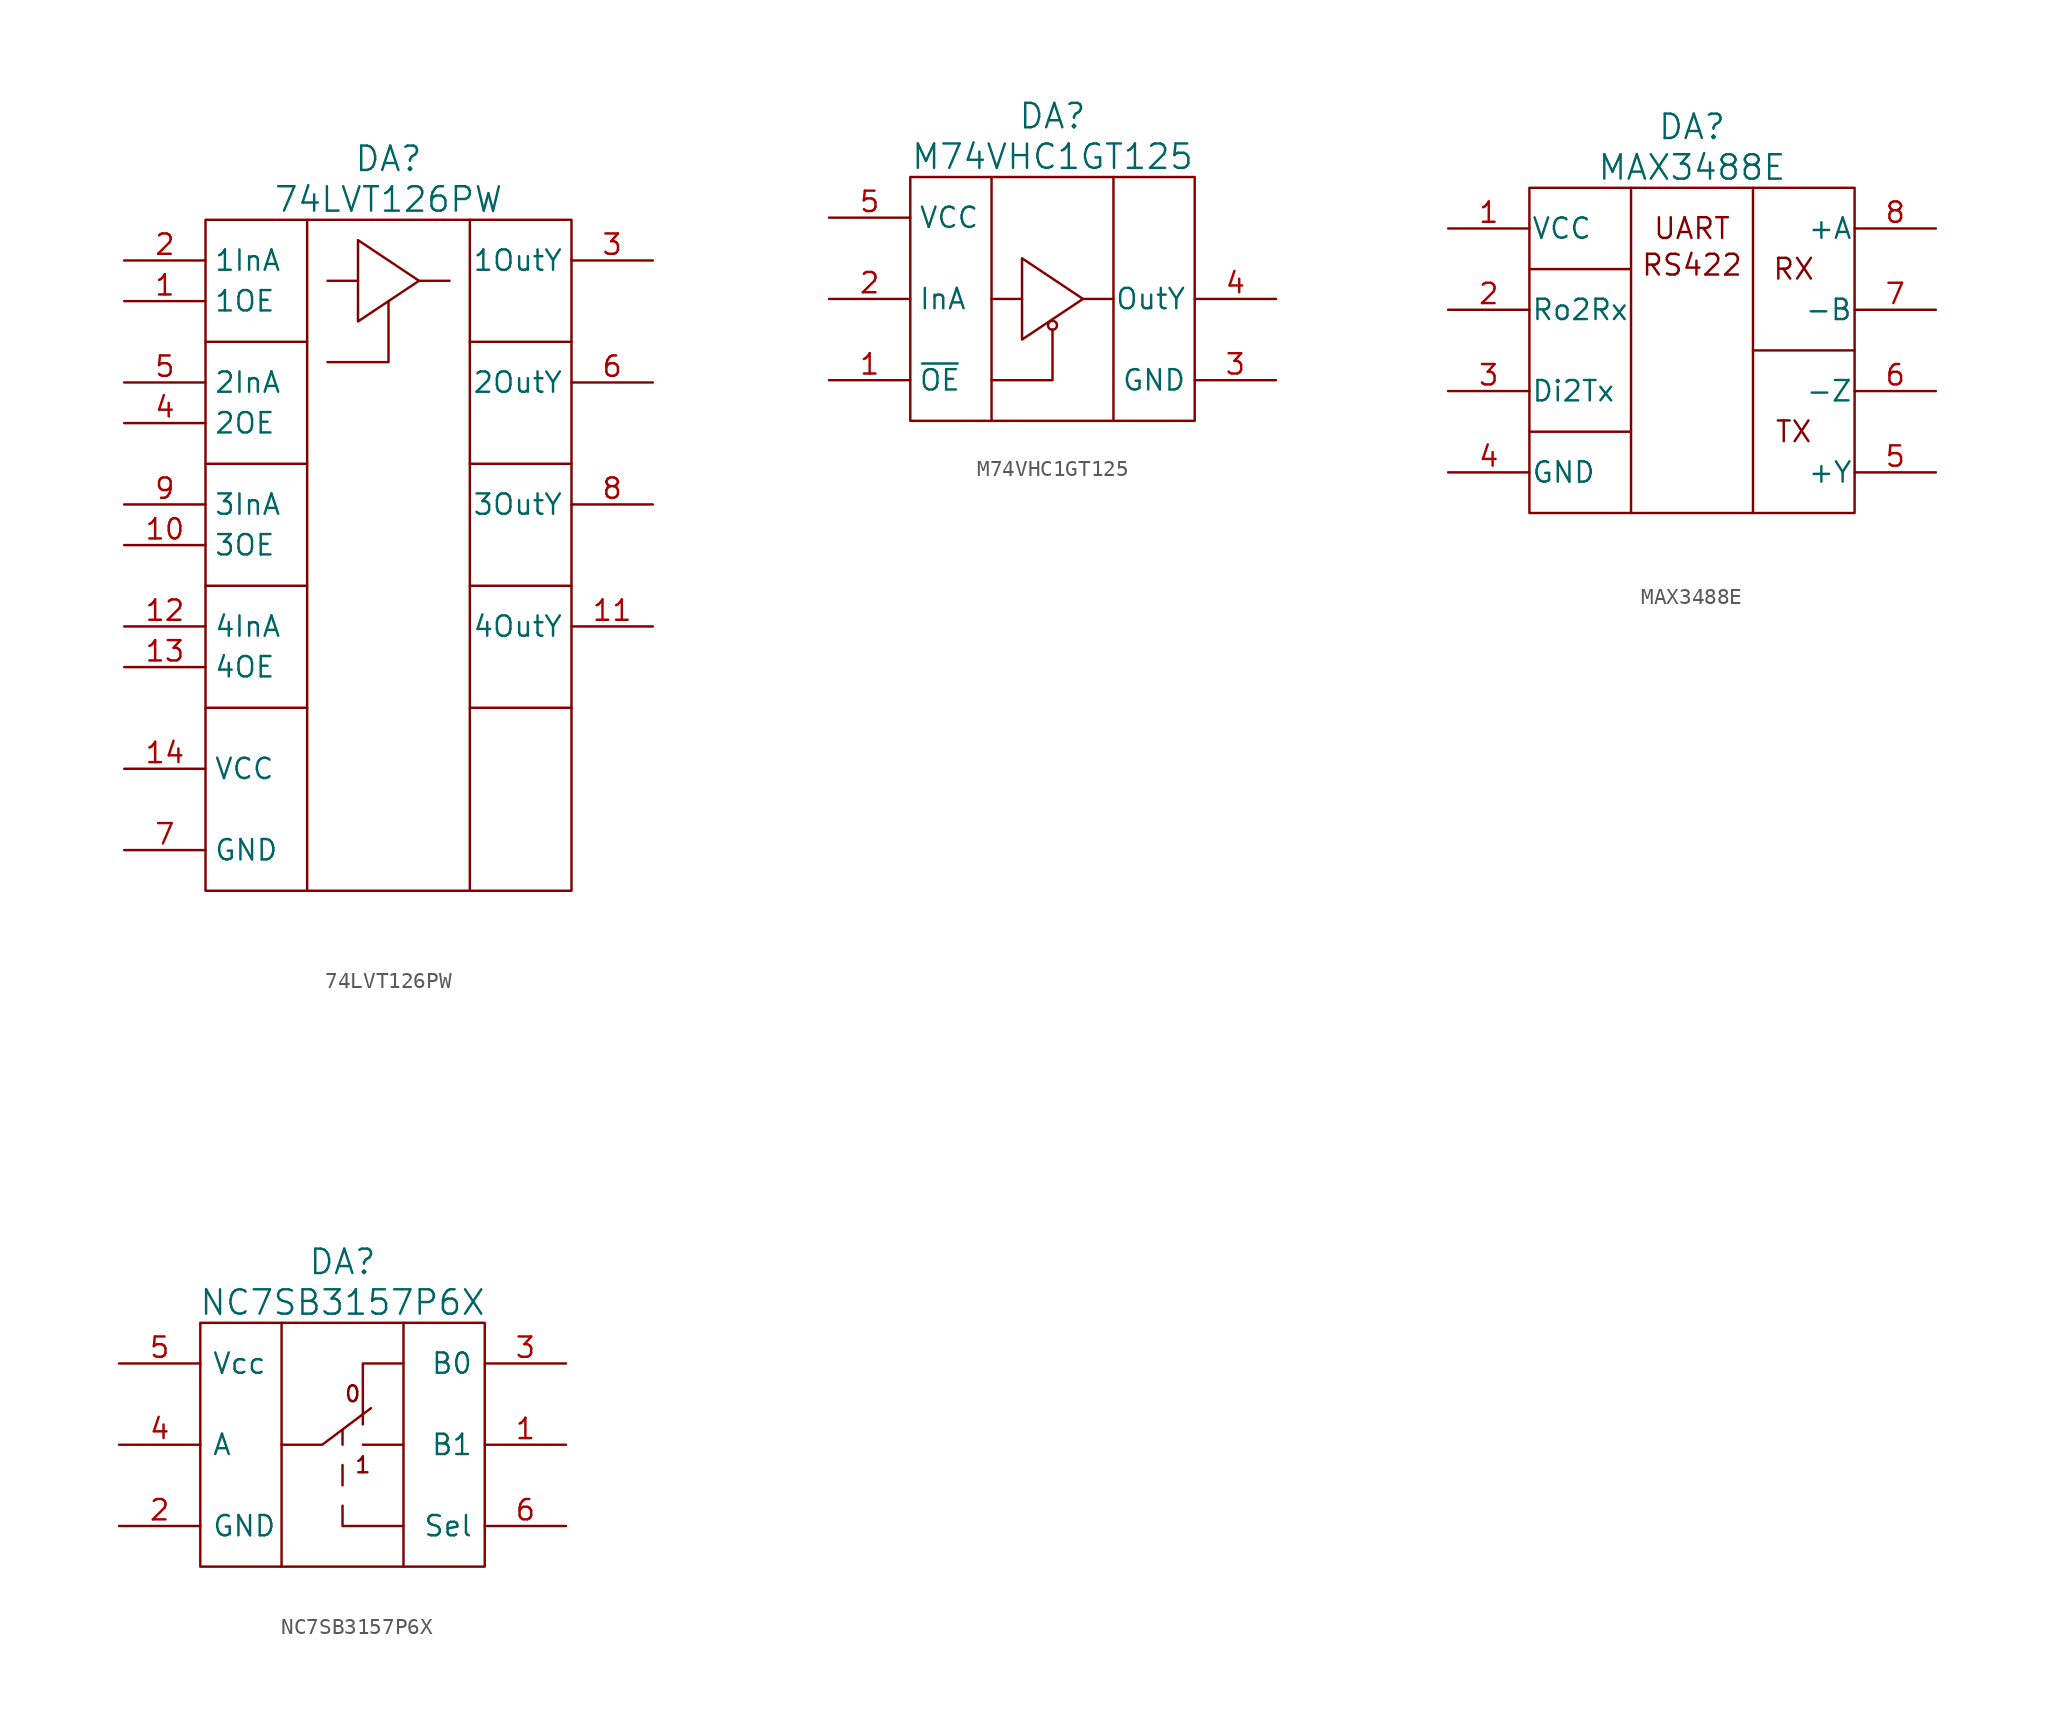
<source format=kicad_sym>
(kicad_symbol_lib
  (version 20220914)
  (generator kicad_symbol_editor)
  (symbol "74LVT126PW"
    (property "Reference" "DA"
      (at 0 24.13 0)
      (effects (font (size 1.524 1.524))))
    (property "Value" "74LVT126PW"
      (at 0 21.59 0)
      (effects (font (size 1.524 1.524))))
    (property "Datasheet" ""
      (at -0.635 16.51 0)
      (effects (font (size 1.524 1.524))))
    (symbol "74LVT126PW_0_1"
      (rectangle (start -11.43 20.32) (end 11.43 -21.59) (stroke (width 0) (type solid)) (fill (type none)))
      (polyline (pts (xy -11.43 -10.16) (xy -5.08 -10.16)) (stroke (width 0) (type solid)) (fill (type none)))
      (polyline (pts (xy -11.43 -2.54) (xy -5.08 -2.54)) (stroke (width 0) (type solid)) (fill (type none)))
      (polyline (pts (xy -11.43 5.08) (xy -5.08 5.08)) (stroke (width 0) (type solid)) (fill (type none)))
      (polyline (pts (xy -11.43 12.7) (xy -5.08 12.7)) (stroke (width 0) (type solid)) (fill (type none)))
      (polyline (pts (xy -5.08 20.32) (xy -5.08 -21.59)) (stroke (width 0) (type solid)) (fill (type none)))
      (polyline (pts (xy -1.905 16.51) (xy -3.81 16.51)) (stroke (width 0) (type solid)) (fill (type none)))
      (polyline (pts (xy 3.81 16.51) (xy 1.905 16.51)) (stroke (width 0) (type solid)) (fill (type none)))
      (polyline (pts (xy 5.08 -10.16) (xy 11.43 -10.16)) (stroke (width 0) (type solid)) (fill (type none)))
      (polyline (pts (xy 5.08 -2.54) (xy 11.43 -2.54)) (stroke (width 0) (type solid)) (fill (type none)))
      (polyline (pts (xy 5.08 5.08) (xy 11.43 5.08)) (stroke (width 0) (type solid)) (fill (type none)))
      (polyline (pts (xy 5.08 12.7) (xy 11.43 12.7)) (stroke (width 0) (type solid)) (fill (type none)))
      (polyline (pts (xy 0 15.24) (xy 0 11.43) (xy -3.81 11.43)) (stroke (width 0) (type solid)) (fill (type none)))
      (polyline (pts (xy 5.08 20.32) (xy 5.08 11.43) (xy 5.08 -21.59)) (stroke (width 0) (type solid)) (fill (type none)))
      (polyline (pts (xy -1.905 13.97) (xy -1.905 19.05) (xy 1.905 16.51) (xy -1.905 13.97)) (stroke (width 0) (type solid)) (fill (type none))))
    (symbol "74LVT126PW_1_1"
      (pin passive line (at -16.51 15.24 0) (length 5.08) (name "1OE" (effects (font (size 1.27 1.27)))) (number "1" (effects (font (size 1.27 1.27)))))
      (pin passive line (at -16.51 0 0) (length 5.08) (name "3OE" (effects (font (size 1.27 1.27)))) (number "10" (effects (font (size 1.27 1.27)))))
      (pin output line (at 16.51 -5.08 180) (length 5.08) (name "4OutY" (effects (font (size 1.27 1.27)))) (number "11" (effects (font (size 1.27 1.27)))))
      (pin input line (at -16.51 -5.08 0) (length 5.08) (name "4InA" (effects (font (size 1.27 1.27)))) (number "12" (effects (font (size 1.27 1.27)))))
      (pin passive line (at -16.51 -7.62 0) (length 5.08) (name "4OE" (effects (font (size 1.27 1.27)))) (number "13" (effects (font (size 1.27 1.27)))))
      (pin power_in line (at -16.51 -13.97 0) (length 5.08) (name "VCC" (effects (font (size 1.27 1.27)))) (number "14" (effects (font (size 1.27 1.27)))))
      (pin input line (at -16.51 17.78 0) (length 5.08) (name "1InA" (effects (font (size 1.27 1.27)))) (number "2" (effects (font (size 1.27 1.27)))))
      (pin output line (at 16.51 17.78 180) (length 5.08) (name "1OutY" (effects (font (size 1.27 1.27)))) (number "3" (effects (font (size 1.27 1.27)))))
      (pin passive line (at -16.51 7.62 0) (length 5.08) (name "2OE" (effects (font (size 1.27 1.27)))) (number "4" (effects (font (size 1.27 1.27)))))
      (pin input line (at -16.51 10.16 0) (length 5.08) (name "2InA" (effects (font (size 1.27 1.27)))) (number "5" (effects (font (size 1.27 1.27)))))
      (pin output line (at 16.51 10.16 180) (length 5.08) (name "2OutY" (effects (font (size 1.27 1.27)))) (number "6" (effects (font (size 1.27 1.27)))))
      (pin power_in line (at -16.51 -19.05 0) (length 5.08) (name "GND" (effects (font (size 1.27 1.27)))) (number "7" (effects (font (size 1.27 1.27)))))
      (pin output line (at 16.51 2.54 180) (length 5.08) (name "3OutY" (effects (font (size 1.27 1.27)))) (number "8" (effects (font (size 1.27 1.27)))))
      (pin input line (at -16.51 2.54 0) (length 5.08) (name "3InA" (effects (font (size 1.27 1.27)))) (number "9" (effects (font (size 1.27 1.27)))))))
  (symbol "M74VHC1GT125"
    (property "Reference" "DA"
      (at 0 11.43 0)
      (effects (font (size 1.524 1.524))))
    (property "Value" "M74VHC1GT125"
      (at 0 8.89 0)
      (effects (font (size 1.524 1.524))))
    (property "Datasheet" ""
      (at -0.635 0 0)
      (effects (font (size 1.524 1.524))))
    (symbol "M74VHC1GT125_0_1"
      (rectangle (start -8.89 7.62) (end 8.89 -7.62) (stroke (width 0) (type solid)) (fill (type none)))
      (circle (center 0 -1.651) (radius 0.279) (stroke (width 0) (type solid)) (fill (type none)))
      (polyline (pts (xy -3.81 7.62) (xy -3.81 -7.62)) (stroke (width 0) (type solid)) (fill (type none)))
      (polyline (pts (xy -1.905 0) (xy -3.81 0)) (stroke (width 0) (type solid)) (fill (type none)))
      (polyline (pts (xy 3.81 0) (xy 1.905 0)) (stroke (width 0) (type solid)) (fill (type none)))
      (polyline (pts (xy 0 -1.905) (xy 0 -5.08) (xy -3.81 -5.08)) (stroke (width 0) (type solid)) (fill (type none)))
      (polyline (pts (xy 3.81 7.62) (xy 3.81 -2.54) (xy 3.81 -7.62)) (stroke (width 0) (type solid)) (fill (type none)))
      (polyline (pts (xy -1.905 -2.54) (xy -1.905 2.54) (xy 1.905 0) (xy -1.905 -2.54)) (stroke (width 0) (type solid)) (fill (type none))))
    (symbol "M74VHC1GT125_1_1"
      (pin passive line (at -13.97 -5.08 0) (length 5.08) (name "~{OE}" (effects (font (size 1.27 1.27)))) (number "1" (effects (font (size 1.27 1.27)))))
      (pin input line (at -13.97 0 0) (length 5.08) (name "InA" (effects (font (size 1.27 1.27)))) (number "2" (effects (font (size 1.27 1.27)))))
      (pin power_in line (at 13.97 -5.08 180) (length 5.08) (name "GND" (effects (font (size 1.27 1.27)))) (number "3" (effects (font (size 1.27 1.27)))))
      (pin output line (at 13.97 0 180) (length 5.08) (name "OutY" (effects (font (size 1.27 1.27)))) (number "4" (effects (font (size 1.27 1.27)))))
      (pin power_in line (at -13.97 5.08 0) (length 5.08) (name "VCC" (effects (font (size 1.27 1.27)))) (number "5" (effects (font (size 1.27 1.27)))))))
  (symbol "MAX3488E"
    (pin_names
      (offset 0.102))
    (property "Reference" "DA"
      (at 0 13.97 0)
      (effects (font (size 1.524 1.524))))
    (property "Value" "MAX3488E"
      (at 0 11.43 0)
      (effects (font (size 1.524 1.524))))
    (property "Datasheet" ""
      (at 0 -11.43 0)
      (effects (font (size 1.524 1.524))))
    (symbol "MAX3488E_0_0"
      (text "RS422" (at 0 5.334 0) (effects (font (size 1.295 1.295))))
      (text "RX" (at 6.35 5.08 0) (effects (font (size 1.295 1.295))))
      (text "TX" (at 6.35 -5.08 0) (effects (font (size 1.295 1.295))))
      (text "UART" (at 0 7.62 0) (effects (font (size 1.295 1.295)))))
    (symbol "MAX3488E_0_1"
      (rectangle (start -10.16 10.16) (end 10.16 -10.16) (stroke (width 0) (type solid)) (fill (type none)))
      (polyline (pts (xy -10.16 -5.08) (xy -3.81 -5.08)) (stroke (width 0) (type solid)) (fill (type none)))
      (polyline (pts (xy -10.16 5.08) (xy -3.81 5.08)) (stroke (width 0) (type solid)) (fill (type none)))
      (polyline (pts (xy 3.81 0) (xy 10.16 0)) (stroke (width 0) (type solid)) (fill (type none)))
      (polyline (pts (xy -3.81 10.16) (xy -3.81 -3.81) (xy -3.81 -10.16)) (stroke (width 0) (type solid)) (fill (type none)))
      (polyline (pts (xy 3.81 -10.16) (xy 3.81 10.16) (xy 3.81 10.16) (xy 3.81 10.16)) (stroke (width 0) (type solid)) (fill (type none))))
    (symbol "MAX3488E_1_1"
      (pin power_in line (at -15.24 7.62 0) (length 5.08) (name "VCC" (effects (font (size 1.27 1.27)))) (number "1" (effects (font (size 1.27 1.27)))))
      (pin output line (at -15.24 2.54 0) (length 5.08) (name "Ro2Rx" (effects (font (size 1.27 1.27)))) (number "2" (effects (font (size 1.27 1.27)))))
      (pin input line (at -15.24 -2.54 0) (length 5.08) (name "Di2Tx" (effects (font (size 1.27 1.27)))) (number "3" (effects (font (size 1.27 1.27)))))
      (pin power_in line (at -15.24 -7.62 0) (length 5.08) (name "GND" (effects (font (size 1.27 1.27)))) (number "4" (effects (font (size 1.27 1.27)))))
      (pin passive line (at 15.24 -7.62 180) (length 5.08) (name "+Y" (effects (font (size 1.27 1.27)))) (number "5" (effects (font (size 1.27 1.27)))))
      (pin input line (at 15.24 -2.54 180) (length 5.08) (name "-Z" (effects (font (size 1.27 1.27)))) (number "6" (effects (font (size 1.27 1.27)))))
      (pin passive line (at 15.24 2.54 180) (length 5.08) (name "-B" (effects (font (size 1.27 1.27)))) (number "7" (effects (font (size 1.27 1.27)))))
      (pin input line (at 15.24 7.62 180) (length 5.08) (name "+A" (effects (font (size 1.27 1.27)))) (number "8" (effects (font (size 1.27 1.27)))))))
  (symbol "NC7SB3157P6X"
    (pin_names
      (offset 0.711))
    (property "Reference" "DA"
      (at 0 11.43 0)
      (effects (font (size 1.524 1.524))))
    (property "Value" "NC7SB3157P6X"
      (at 0 8.89 0)
      (effects (font (size 1.524 1.524))))
    (property "Datasheet" ""
      (at 15.875 20.32 0)
      (effects (font (size 1.524 1.524))))
    (symbol "NC7SB3157P6X_0_0"
      (polyline (pts (xy 0 -2.54) (xy 0 -1.27)) (stroke (width 0) (type solid)) (fill (type none)))
      (polyline (pts (xy 0 0) (xy 0 0.889)) (stroke (width 0) (type solid)) (fill (type none)))
      (polyline (pts (xy 3.81 -5.08) (xy 0 -5.08) (xy 0 -3.81)) (stroke (width 0) (type solid)) (fill (type none)))
      (text "0" (at 0.635 3.175 0) (effects (font (size 0.991 0.991))))
      (text "1" (at 1.27 -1.27 0) (effects (font (size 0.991 0.991)))))
    (symbol "NC7SB3157P6X_0_1"
      (rectangle (start -8.89 7.62) (end 8.89 -7.62) (stroke (width 0) (type solid)) (fill (type none)))
      (polyline (pts (xy -3.81 7.62) (xy -3.81 -7.62)) (stroke (width 0) (type solid)) (fill (type none)))
      (polyline (pts (xy 1.27 0) (xy 3.81 0)) (stroke (width 0) (type solid)) (fill (type none)))
      (polyline (pts (xy -3.81 0) (xy -1.27 0) (xy 1.778 2.286)) (stroke (width 0) (type solid)) (fill (type none)))
      (polyline (pts (xy 3.81 7.62) (xy 3.81 -2.54) (xy 3.81 -7.62)) (stroke (width 0) (type solid)) (fill (type none)))
      (polyline (pts (xy 1.27 1.27) (xy 1.27 1.905) (xy 1.27 5.08) (xy 3.81 5.08)) (stroke (width 0) (type solid)) (fill (type none))))
    (symbol "NC7SB3157P6X_1_1"
      (pin output line (at 13.97 0 180) (length 5.08) (name "B1" (effects (font (size 1.27 1.27)))) (number "1" (effects (font (size 1.27 1.27)))))
      (pin power_in line (at -13.97 -5.08 0) (length 5.08) (name "GND" (effects (font (size 1.27 1.27)))) (number "2" (effects (font (size 1.27 1.27)))))
      (pin output line (at 13.97 5.08 180) (length 5.08) (name "B0" (effects (font (size 1.27 1.27)))) (number "3" (effects (font (size 1.27 1.27)))))
      (pin input line (at -13.97 0 0) (length 5.08) (name "A" (effects (font (size 1.27 1.27)))) (number "4" (effects (font (size 1.27 1.27)))))
      (pin power_in line (at -13.97 5.08 0) (length 5.08) (name "Vcc" (effects (font (size 1.27 1.27)))) (number "5" (effects (font (size 1.27 1.27)))))
      (pin passive line (at 13.97 -5.08 180) (length 5.08) (name "Sel" (effects (font (size 1.27 1.27)))) (number "6" (effects (font (size 1.27 1.27))))))))
</source>
